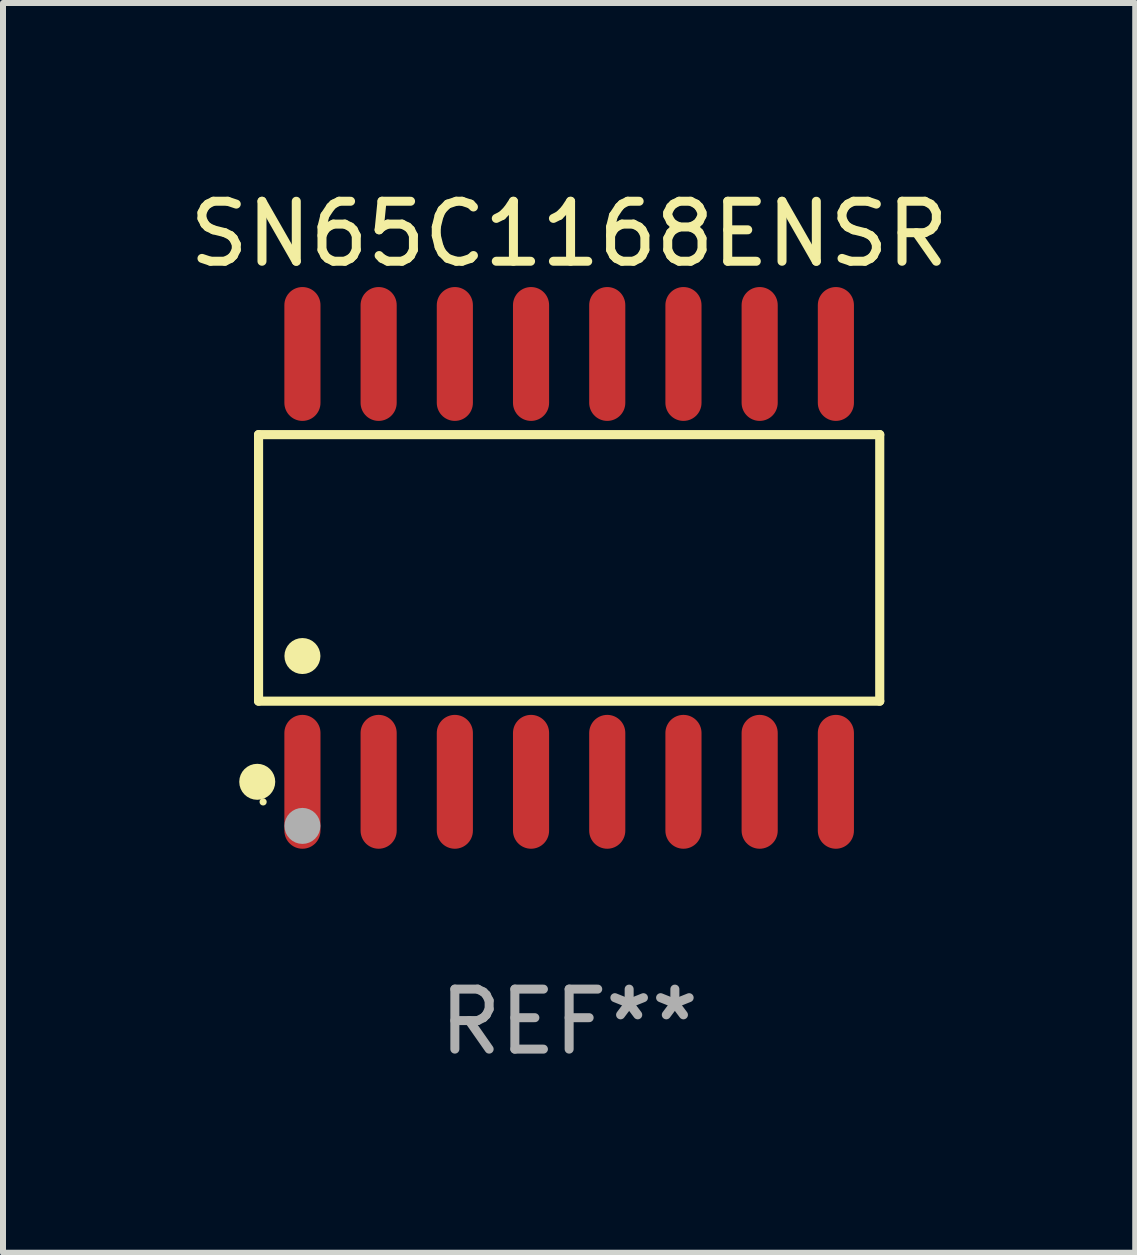
<source format=kicad_pcb>
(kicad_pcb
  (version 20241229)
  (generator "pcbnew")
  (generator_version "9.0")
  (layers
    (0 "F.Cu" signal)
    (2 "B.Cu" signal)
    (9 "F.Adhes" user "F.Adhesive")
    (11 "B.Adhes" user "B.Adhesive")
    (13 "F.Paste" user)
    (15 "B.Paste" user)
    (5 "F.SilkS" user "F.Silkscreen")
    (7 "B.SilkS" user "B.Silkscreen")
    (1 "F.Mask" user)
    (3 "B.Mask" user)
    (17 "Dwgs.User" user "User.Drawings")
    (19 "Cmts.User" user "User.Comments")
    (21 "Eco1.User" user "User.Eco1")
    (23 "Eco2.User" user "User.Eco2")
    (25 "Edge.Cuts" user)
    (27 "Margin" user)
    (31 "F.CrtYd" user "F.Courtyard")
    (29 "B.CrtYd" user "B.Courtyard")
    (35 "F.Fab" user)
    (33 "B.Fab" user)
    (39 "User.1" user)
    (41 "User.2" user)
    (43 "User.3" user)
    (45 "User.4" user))
  (footprint "SN65C1168ENSR"
    (layer "F.Cu")
    (at 6.435 6.414)
    (property "Reference" "SN65C1168ENSR" (at 0 -5.565 0) (layer "F.SilkS") (effects (font (size 1 1) (thickness 0.15))))
    (attr through_hole)
    (fp_line (start -5.176 -2.221) (end 5.176 -2.221) (stroke (width 0.152) (type solid)) (layer "F.SilkS"))
    (fp_line (start -5.176 2.221) (end -5.176 -2.221) (stroke (width 0.152) (type solid)) (layer "F.SilkS"))
    (fp_line (start 5.176 -2.221) (end 5.176 2.221) (stroke (width 0.152) (type solid)) (layer "F.SilkS"))
    (fp_line (start 5.176 2.221) (end -5.176 2.221) (stroke (width 0.152) (type solid)) (layer "F.SilkS"))
    (fp_circle (center -5.198 3.565) (end -5.048 3.565) (stroke (width 0.3) (type solid)) (fill no) (layer "F.SilkS"))
    (fp_circle (center -5.1 3.9) (end -5.07 3.9) (stroke (width 0.06) (type solid)) (fill no) (layer "F.SilkS"))
    (fp_circle (center -4.445 1.469) (end -4.295 1.469) (stroke (width 0.3) (type solid)) (fill no) (layer "F.SilkS"))
    (fp_circle (center -4.445 4.3) (end -4.295 4.3) (stroke (width 0.3) (type solid)) (fill no) (layer "F.Fab"))
    (fp_text user "REF**" (at 0 7.565 0) (layer "F.Fab") (effects (font (size 1 1) (thickness 0.15))))
    (pad "1" smd oval (at -4.445 3.565) (size 0.602 2.231) (layers "F.Cu" "F.Mask" "F.Paste"))
    (pad "2" smd oval (at -3.175 3.565) (size 0.602 2.231) (layers "F.Cu" "F.Mask" "F.Paste"))
    (pad "3" smd oval (at -1.905 3.565) (size 0.602 2.231) (layers "F.Cu" "F.Mask" "F.Paste"))
    (pad "4" smd oval (at -0.635 3.565) (size 0.602 2.231) (layers "F.Cu" "F.Mask" "F.Paste"))
    (pad "5" smd oval (at 0.635 3.565) (size 0.602 2.231) (layers "F.Cu" "F.Mask" "F.Paste"))
    (pad "6" smd oval (at 1.905 3.565) (size 0.602 2.231) (layers "F.Cu" "F.Mask" "F.Paste"))
    (pad "7" smd oval (at 3.175 3.565) (size 0.602 2.231) (layers "F.Cu" "F.Mask" "F.Paste"))
    (pad "8" smd oval (at 4.445 3.565) (size 0.602 2.231) (layers "F.Cu" "F.Mask" "F.Paste"))
    (pad "9" smd oval (at 4.445 -3.565) (size 0.602 2.231) (layers "F.Cu" "F.Mask" "F.Paste"))
    (pad "10" smd oval (at 3.175 -3.565) (size 0.602 2.231) (layers "F.Cu" "F.Mask" "F.Paste"))
    (pad "11" smd oval (at 1.905 -3.565) (size 0.602 2.231) (layers "F.Cu" "F.Mask" "F.Paste"))
    (pad "12" smd oval (at 0.635 -3.565) (size 0.602 2.231) (layers "F.Cu" "F.Mask" "F.Paste"))
    (pad "13" smd oval (at -0.635 -3.565) (size 0.602 2.231) (layers "F.Cu" "F.Mask" "F.Paste"))
    (pad "14" smd oval (at -1.905 -3.565) (size 0.602 2.231) (layers "F.Cu" "F.Mask" "F.Paste"))
    (pad "15" smd oval (at -3.175 -3.565) (size 0.602 2.231) (layers "F.Cu" "F.Mask" "F.Paste"))
    (pad "16" smd oval (at -4.445 -3.565) (size 0.602 2.231) (layers "F.Cu" "F.Mask" "F.Paste")))
  (gr_rect
    (start -3 -3)
    (end 15.869 17.827)
    (stroke (width 0.1) (type default))
    (fill no)
    (layer "Edge.Cuts")))
</source>
